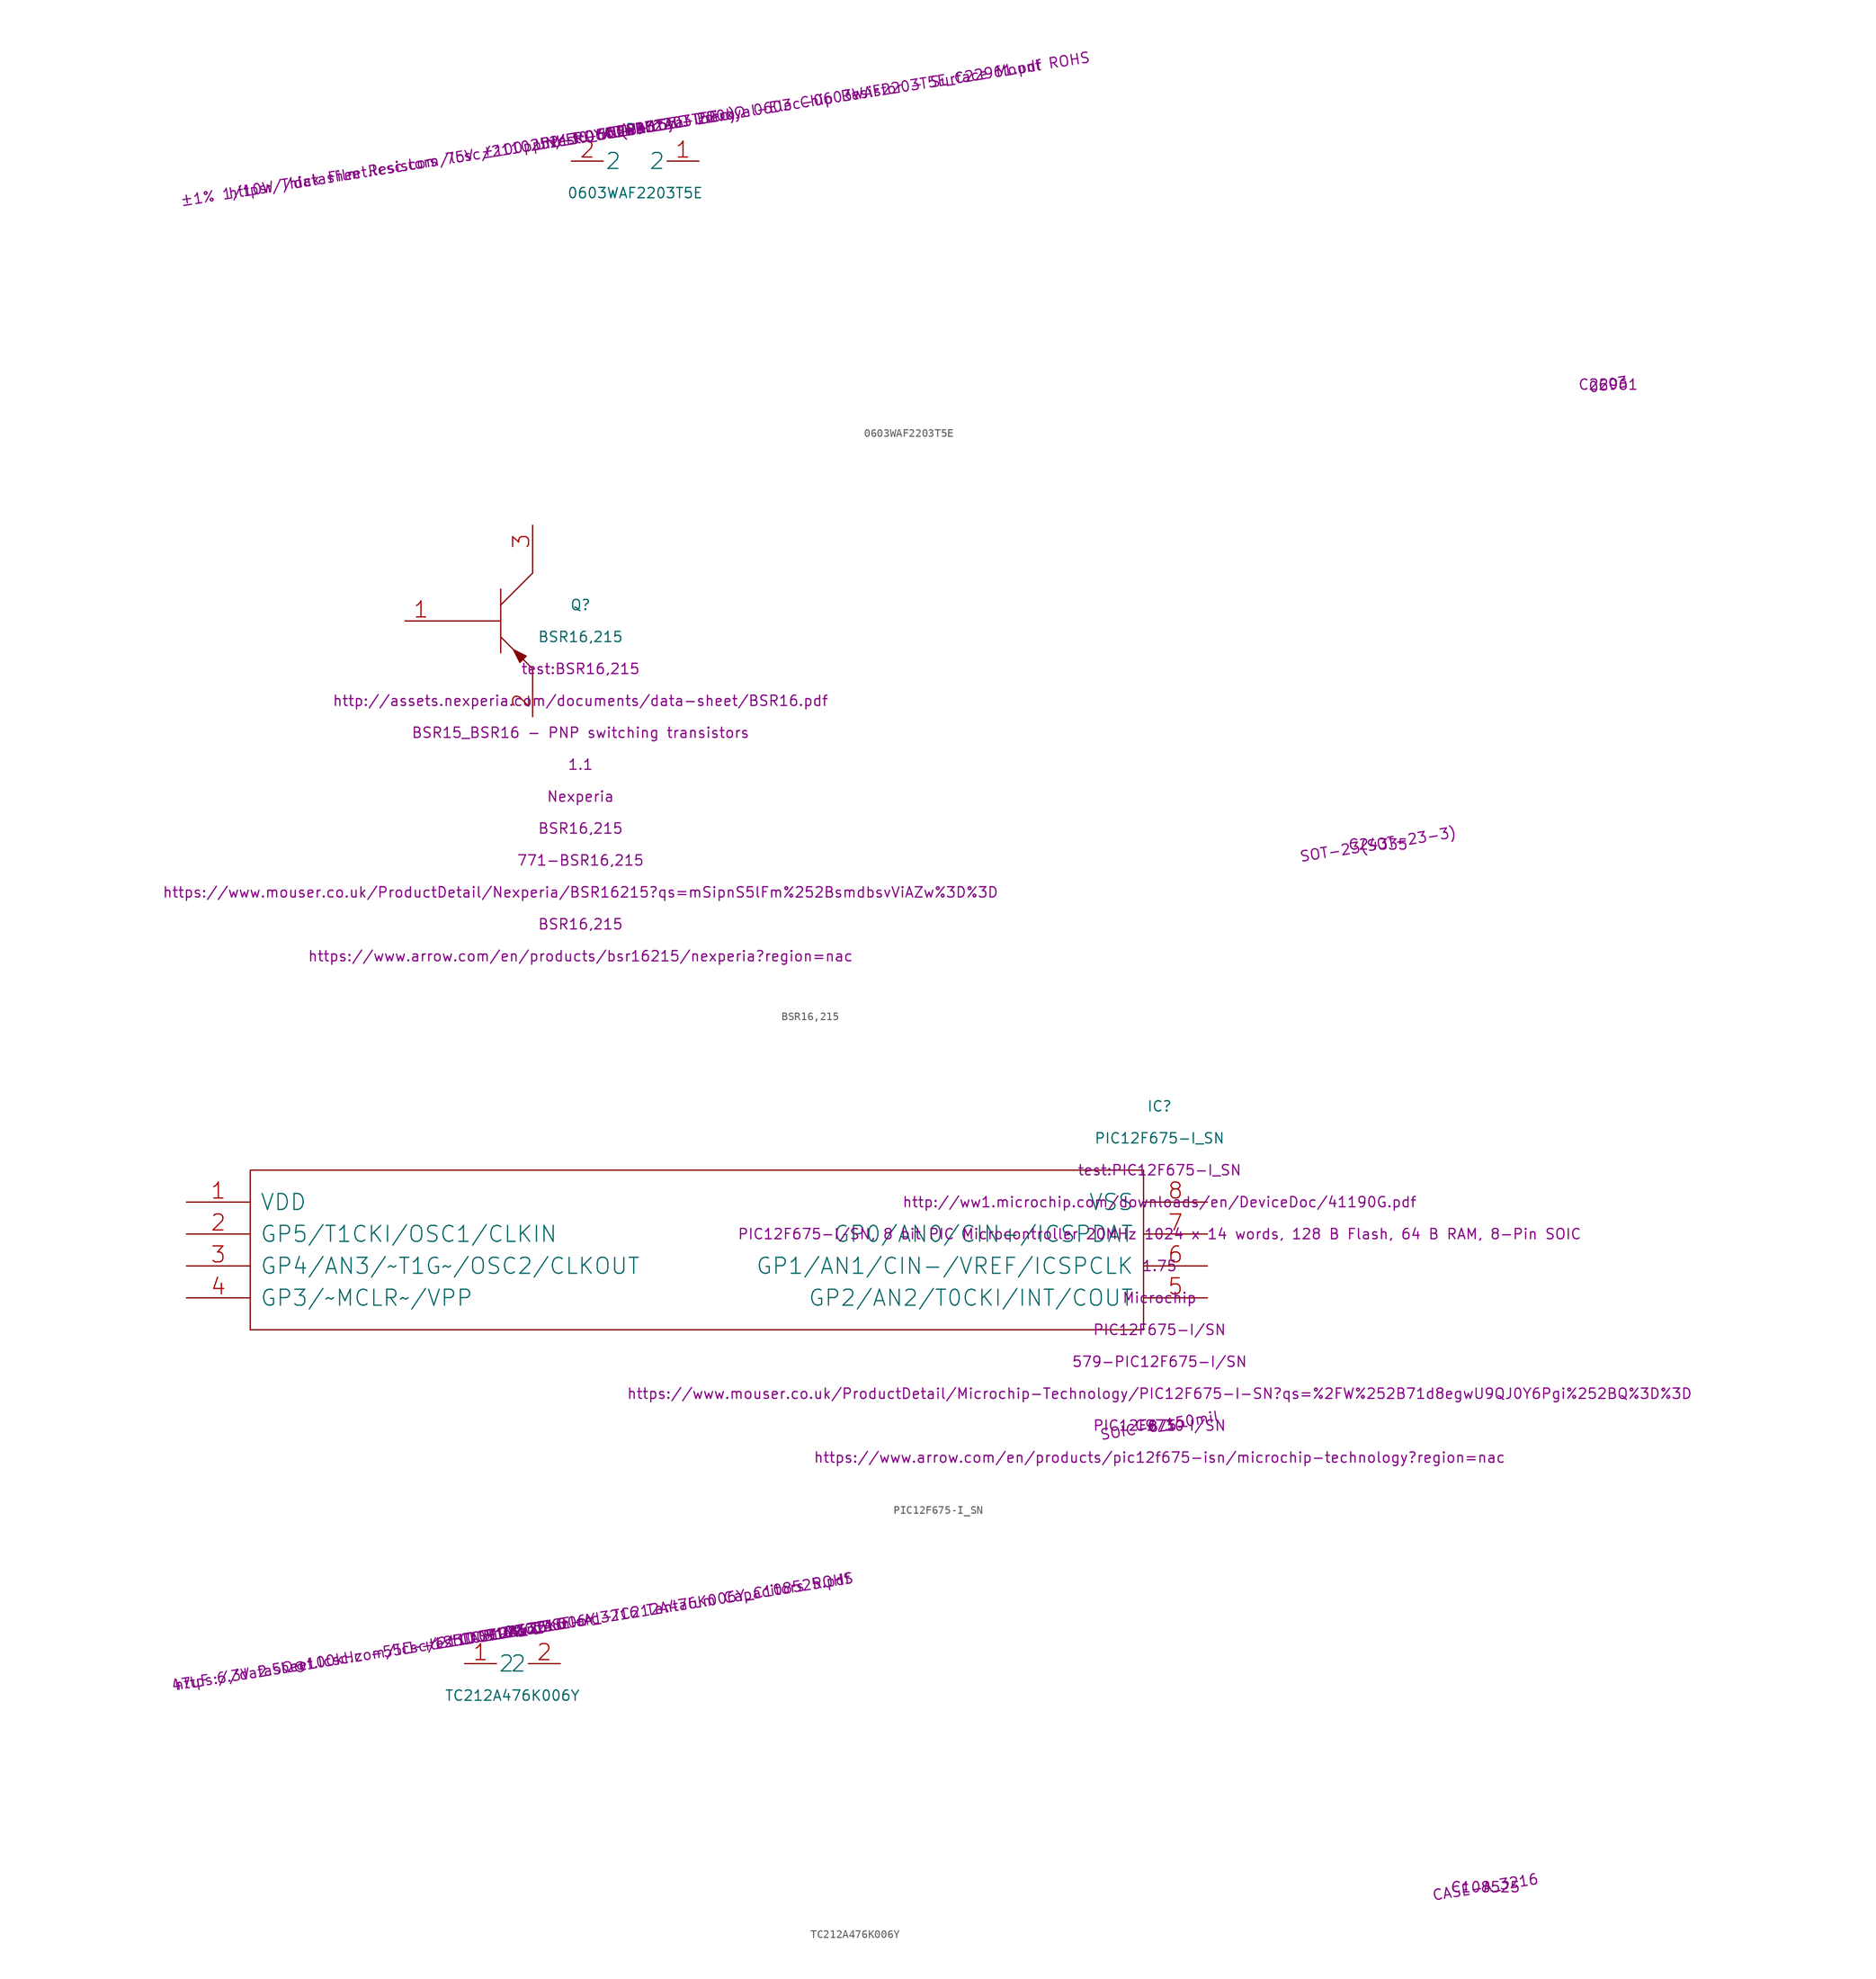
<source format=kicad_sym>
(kicad_symbol_lib
  (version 20211014)
  (generator kicad_symbol_editor)
  (symbol "0603WAF2203T5E"
    (pin_names
      (offset 0.197))
    (property "reference" "R"
      (at 0 3.937 0))
    (property "value" "0603WAF2203T5E"
      (at 0 -3.937 0))
    (property "footprint" "test:0603WAF2203T5E"
      (at 0 3.937 9))
    (property "datasheet" "https://datasheet.lcsc.com/lcsc/2110252130_UNI-ROYAL-Uniroyal-Elec-0603WAF2203T5E_C22961.pdf"
      (at 0 3.937 9))
    (property "LCSC Part Number" "C22961"
      (at 0 3.937 9))
    (property "Manufacturer" "UNI-ROYAL(Uniroyal Elec)"
      (at 0 3.937 9))
    (property "Package" "0603"
      (at 0 3.937 9))
    (property "Description" "±1% 1/10W Thick Film Resistors 75V ±100ppm/℃ -55℃~+155℃ 220kΩ 0603 Chip Resistor - Surface Mount ROHS"
      (at 0 3.937 9))
    (property "LCSC Part Number" "C22961"
      (at 120.079 -27.559 0))
    (property "Package" "0603"
      (at 120.079 -27.559 9))
    (symbol 0603WAF2203T5E_1_1
      (pin unspecified line (at -7.874 0 0) (length 3.937) (name "2" (effects (font (size 1.969 1.969)))) (number "2" (effects (font (size 1.969 1.969)))))
      (pin unspecified line (at 7.874 0 180) (length 3.937) (name "2" (effects (font (size 1.969 1.969)))) (number "1" (effects (font (size 1.969 1.969)))))))
  (symbol "BSR16,215"
    (pin_names
      (offset 1.181))
    (property "reference" "Q"
      (at 21.654 1.969 0))
    (property "value" "BSR16,215"
      (at 21.654 -1.969 0))
    (property "footprint" "test:BSR16,215"
      (at 21.654 -5.906 0))
    (property "datasheet" "http://assets.nexperia.com/documents/data-sheet/BSR16.pdf"
      (at 21.654 -9.843 0))
    (property "Description" "BSR15_BSR16 - PNP switching transistors"
      (at 21.654 -13.78 0))
    (property "Height" "1.1"
      (at 21.654 -17.717 0))
    (property "Manufacturer_Name" "Nexperia"
      (at 21.654 -21.654 0))
    (property "Manufacturer_Part_Number" "BSR16,215"
      (at 21.654 -25.591 0))
    (property "Mouser Part Number" "771-BSR16,215"
      (at 21.654 -29.528 0))
    (property "Mouser Price/Stock" "https://www.mouser.co.uk/ProductDetail/Nexperia/BSR16215?qs=mSipnS5lFm%252BsmdbsvViAZw%3D%3D"
      (at 21.654 -33.465 0))
    (property "Arrow Part Number" "BSR16,215"
      (at 21.654 -37.402 0))
    (property "Arrow Price/Stock" "https://www.arrow.com/en/products/bsr16215/nexperia?region=nac"
      (at 21.654 -41.339 0))
    (property "LCSC Part Number" "C24335"
      (at 120.079 -27.559 0))
    (property "Package" "SOT-23(SOT-23-3)"
      (at 120.079 -27.559 9))
    (symbol BSR16,215_0_0
      (pin passive line (at 0 0 0) (length 3.937) (name "~" (effects (font (size 1.969 1.969)))) (number "1" (effects (font (size 1.969 1.969)))))
      (pin passive line (at 15.748 -11.811 90) (length 3.937) (name "~" (effects (font (size 1.969 1.969)))) (number "2" (effects (font (size 1.969 1.969)))))
      (pin passive line (at 15.748 11.811 270) (length 3.937) (name "~" (effects (font (size 1.969 1.969)))) (number "3" (effects (font (size 1.969 1.969))))))
    (symbol BSR16,215_0_1
      (polyline (pts (xy 11.811 3.937) (xy 11.811 -3.937)) (stroke (width 0) (type default) (color 0 0 0 0)) (fill (type none)))
      (polyline (pts (xy 11.811 1.969) (xy 15.748 5.906)) (stroke (width 0) (type default) (color 0 0 0 0)) (fill (type none)))
      (polyline (pts (xy 11.811 -1.969) (xy 15.748 -5.906)) (stroke (width 0) (type default) (color 0 0 0 0)) (fill (type none)))
      (polyline (pts (xy 15.748 -5.906) (xy 15.748 -7.874)) (stroke (width 0) (type default) (color 0 0 0 0)) (fill (type none)))
      (polyline (pts (xy 15.748 5.906) (xy 15.748 7.874)) (stroke (width 0) (type default) (color 0 0 0 0)) (fill (type none)))
      (polyline (pts (xy 3.937 0) (xy 11.811 0)) (stroke (width 0) (type default) (color 0 0 0 0)) (fill (type none)))
      (polyline (pts (xy 14.961 -4.331) (xy 14.173 -5.118) (xy 13.386 -3.543) (xy 14.961 -4.331)) (stroke (width 0) (type default) (color 0 0 0 0)) (fill (type outline)))))
  (symbol "PIC12F675-I_SN"
    (pin_names
      (offset 1.181))
    (property "reference" "IC"
      (at 120.079 11.811 0))
    (property "value" "PIC12F675-I_SN"
      (at 120.079 7.874 0))
    (property "footprint" "test:PIC12F675-I_SN"
      (at 120.079 3.937 0))
    (property "datasheet" "http://ww1.microchip.com/downloads/en/DeviceDoc/41190G.pdf"
      (at 120.079 0 0))
    (property "Description" "PIC12F675-I/SN, 8 bit PIC Microcontroller 20MHz 1024 x 14 words, 128 B Flash, 64 B RAM, 8-Pin SOIC"
      (at 120.079 -3.937 0))
    (property "Height" "1.75"
      (at 120.079 -7.874 0))
    (property "Manufacturer_Name" "Microchip"
      (at 120.079 -11.811 0))
    (property "Manufacturer_Part_Number" "PIC12F675-I/SN"
      (at 120.079 -15.748 0))
    (property "Mouser Part Number" "579-PIC12F675-I/SN"
      (at 120.079 -19.685 0))
    (property "Mouser Price/Stock" "https://www.mouser.co.uk/ProductDetail/Microchip-Technology/PIC12F675-I-SN?qs=%2FW%252B71d8egwU9QJ0Y6Pgi%252BQ%3D%3D"
      (at 120.079 -23.622 0))
    (property "Arrow Part Number" "PIC12F675-I/SN"
      (at 120.079 -27.559 0))
    (property "Arrow Price/Stock" "https://www.arrow.com/en/products/pic12f675-isn/microchip-technology?region=nac"
      (at 120.079 -31.496 0))
    (property "LCSC Part Number" "C9730"
      (at 120.079 -27.559 0))
    (property "Package" "SOIC-8_150mil"
      (at 120.079 -27.559 9))
    (symbol PIC12F675-I_SN_0_0
      (pin passive line (at 0 0 0) (length 7.874) (name "VDD" (effects (font (size 1.969 1.969)))) (number "1" (effects (font (size 1.969 1.969)))))
      (pin passive line (at 0 -3.937 0) (length 7.874) (name "GP5/T1CKI/OSC1/CLKIN" (effects (font (size 1.969 1.969)))) (number "2" (effects (font (size 1.969 1.969)))))
      (pin passive line (at 0 -7.874 0) (length 7.874) (name "GP4/AN3/~T1G~/OSC2/CLKOUT" (effects (font (size 1.969 1.969)))) (number "3" (effects (font (size 1.969 1.969)))))
      (pin passive line (at 0 -11.811 0) (length 7.874) (name "GP3/~MCLR~/VPP" (effects (font (size 1.969 1.969)))) (number "4" (effects (font (size 1.969 1.969)))))
      (pin passive line (at 125.984 0 180) (length 7.874) (name "VSS" (effects (font (size 1.969 1.969)))) (number "8" (effects (font (size 1.969 1.969)))))
      (pin passive line (at 125.984 -3.937 180) (length 7.874) (name "GP0/AN0/CIN+/ICSPDAT" (effects (font (size 1.969 1.969)))) (number "7" (effects (font (size 1.969 1.969)))))
      (pin passive line (at 125.984 -7.874 180) (length 7.874) (name "GP1/AN1/CIN-/VREF/ICSPCLK" (effects (font (size 1.969 1.969)))) (number "6" (effects (font (size 1.969 1.969)))))
      (pin passive line (at 125.984 -11.811 180) (length 7.874) (name "GP2/AN2/T0CKI/INT/COUT" (effects (font (size 1.969 1.969)))) (number "5" (effects (font (size 1.969 1.969))))))
    (symbol PIC12F675-I_SN_0_1
      (polyline (pts (xy 7.874 3.937) (xy 118.11 3.937) (xy 118.11 -15.748) (xy 7.874 -15.748) (xy 7.874 3.937)) (stroke (width 0) (type default) (color 0 0 0 0)) (fill (type none)))))
  (symbol "TC212A476K006Y"
    (pin_names
      (offset 0.197))
    (property "reference" "C"
      (at 0 3.937 0))
    (property "value" "TC212A476K006Y"
      (at 0 -3.937 0))
    (property "footprint" "test:TC212A476K006Y"
      (at 0 3.937 9))
    (property "datasheet" "https://datasheet.lcsc.com/lcsc/2110091730_Sunlord-TC212A476K006Y_C108525.pdf"
      (at 0 3.937 9))
    (property "LCSC Part Number" "C108525"
      (at 0 3.937 9))
    (property "Manufacturer" "Sunlord"
      (at 0 3.937 9))
    (property "Package" "CASE-A_3216"
      (at 0 3.937 9))
    (property "Description" "47uF 6.3V 2.5Ω@100kHz -55℃~+125℃ ±10% CASE-A_3216 Tantalum Capacitors ROHS"
      (at 0 3.937 9))
    (property "LCSC Part Number" "C108525"
      (at 120.079 -27.559 0))
    (property "Package" "CASE-A_3216"
      (at 120.079 -27.559 9))
    (symbol TC212A476K006Y_1_1
      (pin unspecified line (at -5.906 0 0) (length 3.937) (name "2" (effects (font (size 1.969 1.969)))) (number "1" (effects (font (size 1.969 1.969)))))
      (pin unspecified line (at 5.906 0 180) (length 3.937) (name "2" (effects (font (size 1.969 1.969)))) (number "2" (effects (font (size 1.969 1.969))))))))
</source>
